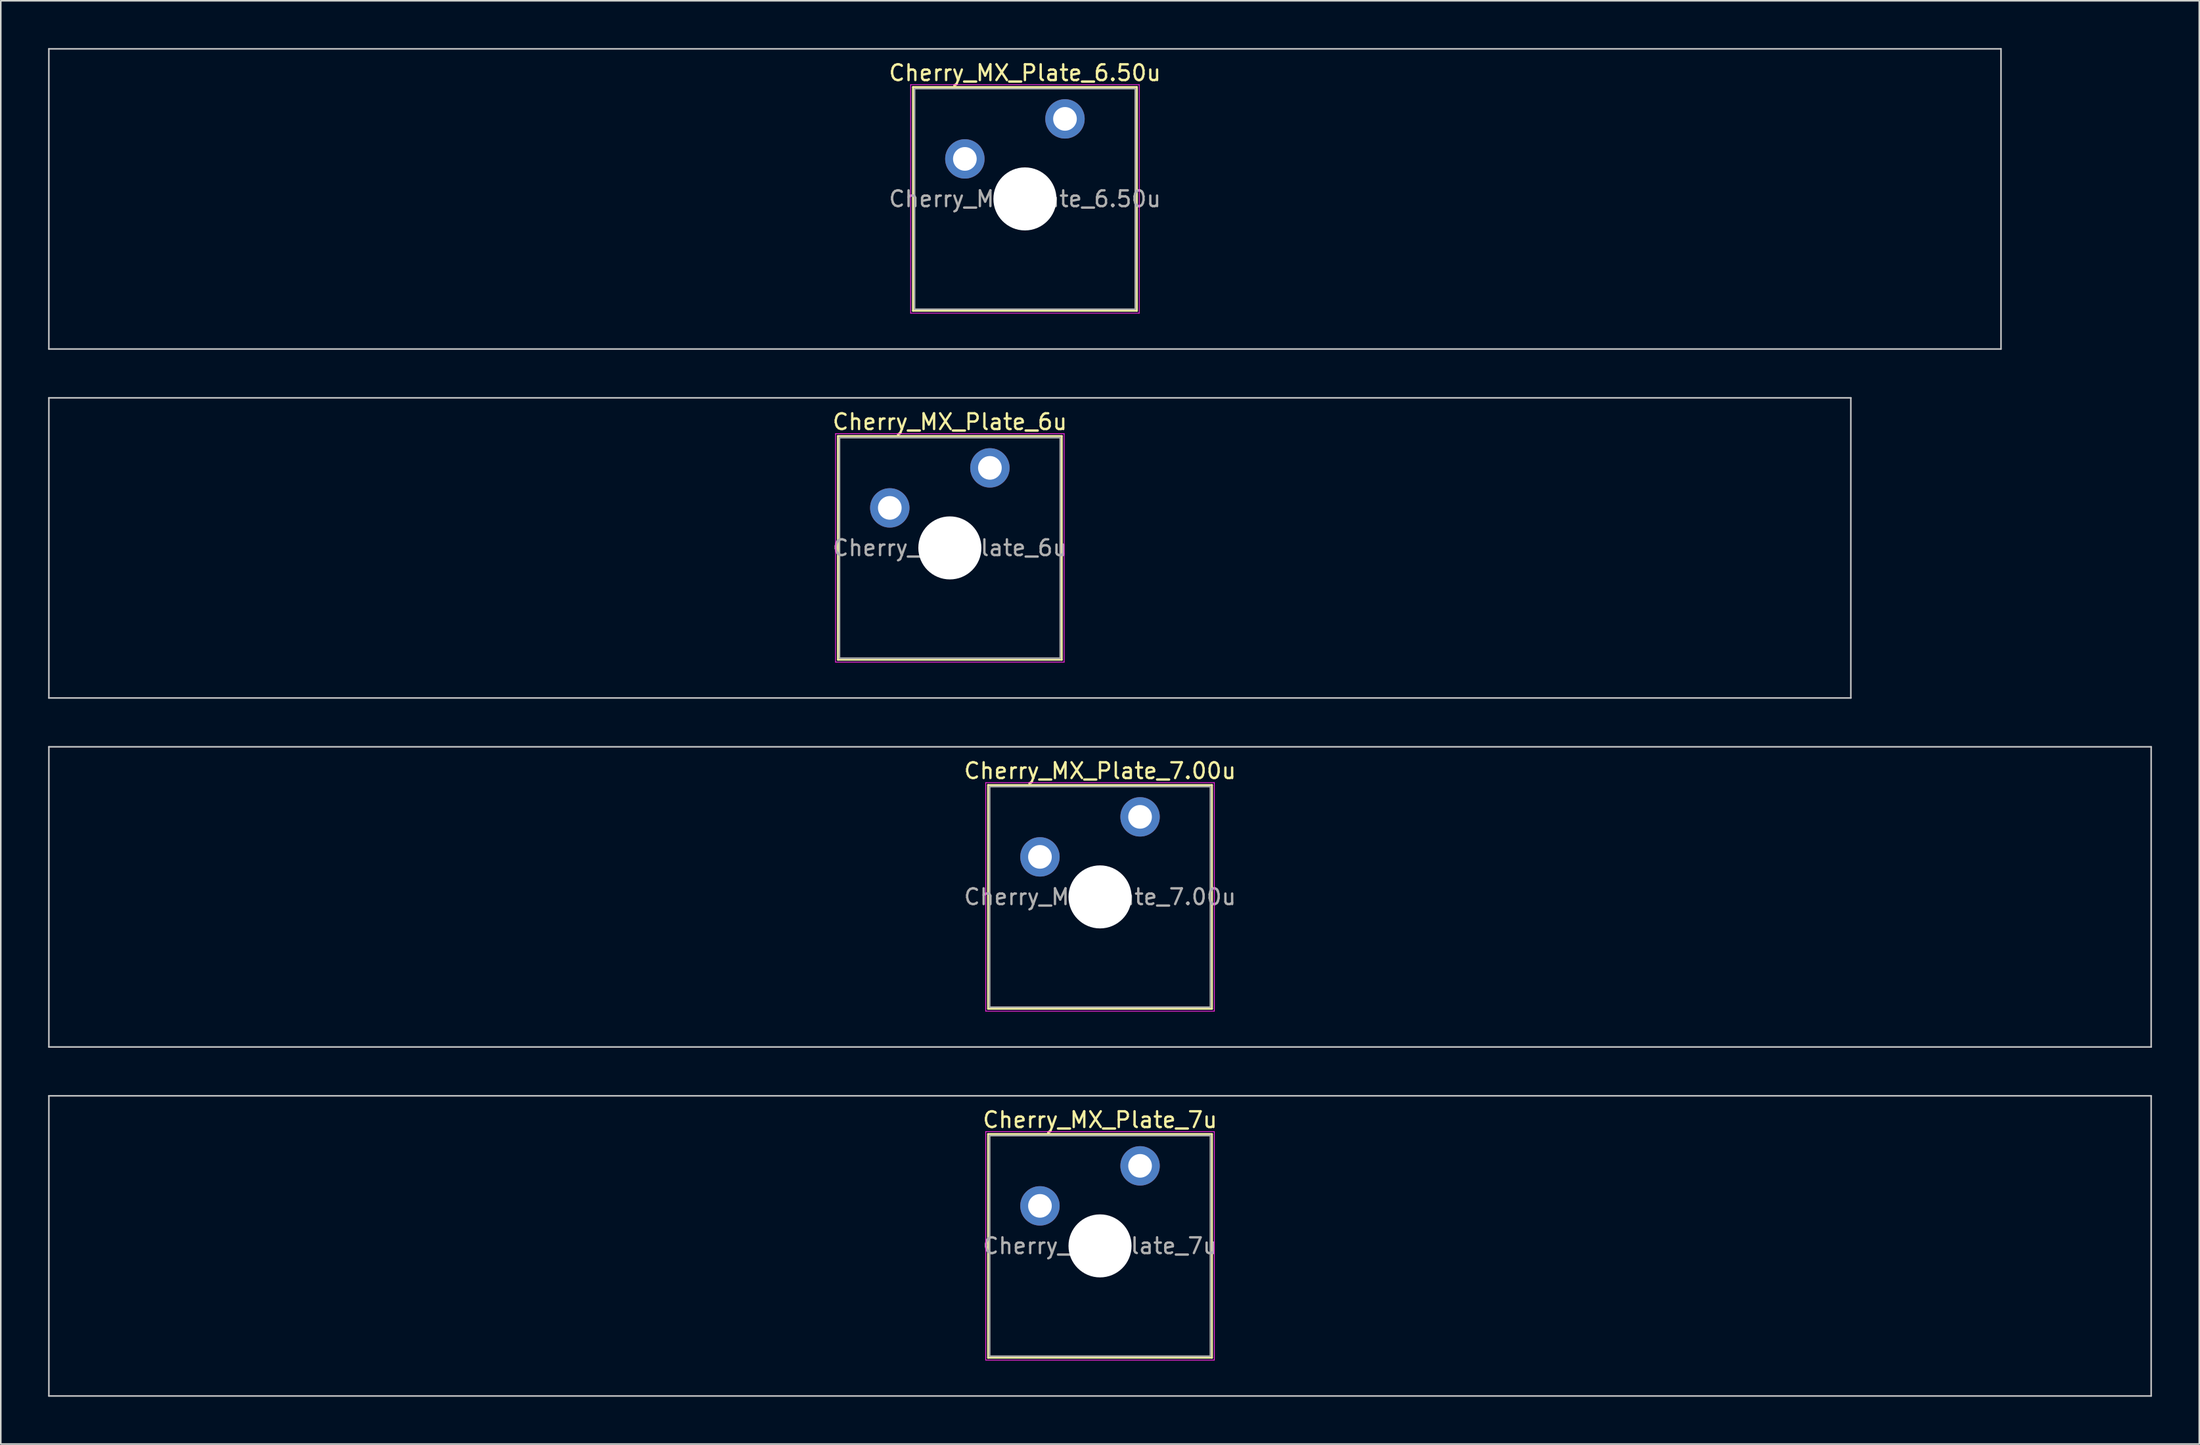
<source format=kicad_pcb>
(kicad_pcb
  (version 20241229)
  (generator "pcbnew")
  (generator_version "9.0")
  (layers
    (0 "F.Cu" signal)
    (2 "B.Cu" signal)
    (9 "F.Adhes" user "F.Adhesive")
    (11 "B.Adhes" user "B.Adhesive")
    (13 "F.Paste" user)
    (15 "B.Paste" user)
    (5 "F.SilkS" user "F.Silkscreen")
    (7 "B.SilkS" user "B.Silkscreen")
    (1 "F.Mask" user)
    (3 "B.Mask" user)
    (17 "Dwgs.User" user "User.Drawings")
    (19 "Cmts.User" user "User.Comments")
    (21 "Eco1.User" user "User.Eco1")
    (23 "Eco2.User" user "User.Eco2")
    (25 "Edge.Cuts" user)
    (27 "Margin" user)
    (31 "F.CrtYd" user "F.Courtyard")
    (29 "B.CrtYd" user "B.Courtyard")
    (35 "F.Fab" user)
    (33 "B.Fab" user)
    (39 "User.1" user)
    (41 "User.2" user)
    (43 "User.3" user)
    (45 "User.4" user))
  (footprint "Cherry_MX_Plate_6u"
    (layer "F.Cu")
    (at 57.2 31.725)
    (property "Reference" "Cherry_MX_Plate_6u" (at 0 -8 0) (layer "F.SilkS") (effects (font (size 1 1) (thickness 0.15))))
    (attr through_hole)
    (fp_line (start -7.1 -7.1) (end -7.1 7.1) (stroke (width 0.12) (type solid)) (layer "F.SilkS"))
    (fp_line (start -7.1 7.1) (end 7.1 7.1) (stroke (width 0.12) (type solid)) (layer "F.SilkS"))
    (fp_line (start 7.1 -7.1) (end -7.1 -7.1) (stroke (width 0.12) (type solid)) (layer "F.SilkS"))
    (fp_line (start 7.1 7.1) (end 7.1 -7.1) (stroke (width 0.12) (type solid)) (layer "F.SilkS"))
    (fp_line (start -57.15 -9.525) (end -57.15 9.525) (stroke (width 0.1) (type solid)) (layer "Dwgs.User"))
    (fp_line (start -57.15 9.525) (end 57.15 9.525) (stroke (width 0.1) (type solid)) (layer "Dwgs.User"))
    (fp_line (start 57.15 -9.525) (end -57.15 -9.525) (stroke (width 0.1) (type solid)) (layer "Dwgs.User"))
    (fp_line (start 57.15 9.525) (end 57.15 -9.525) (stroke (width 0.1) (type solid)) (layer "Dwgs.User"))
    (fp_line (start -7 -7) (end -7 7) (stroke (width 0.1) (type solid)) (layer "Eco1.User"))
    (fp_line (start -7 7) (end 7 7) (stroke (width 0.1) (type solid)) (layer "Eco1.User"))
    (fp_line (start 7 -7) (end -7 -7) (stroke (width 0.1) (type solid)) (layer "Eco1.User"))
    (fp_line (start 7 7) (end 7 -7) (stroke (width 0.1) (type solid)) (layer "Eco1.User"))
    (fp_line (start -7.25 -7.25) (end -7.25 7.25) (stroke (width 0.05) (type solid)) (layer "F.CrtYd"))
    (fp_line (start -7.25 7.25) (end 7.25 7.25) (stroke (width 0.05) (type solid)) (layer "F.CrtYd"))
    (fp_line (start 7.25 -7.25) (end -7.25 -7.25) (stroke (width 0.05) (type solid)) (layer "F.CrtYd"))
    (fp_line (start 7.25 7.25) (end 7.25 -7.25) (stroke (width 0.05) (type solid)) (layer "F.CrtYd"))
    (fp_line (start -7 -7) (end -7 7) (stroke (width 0.1) (type solid)) (layer "F.Fab"))
    (fp_line (start -7 7) (end 7 7) (stroke (width 0.1) (type solid)) (layer "F.Fab"))
    (fp_line (start 7 -7) (end -7 -7) (stroke (width 0.1) (type solid)) (layer "F.Fab"))
    (fp_line (start 7 7) (end 7 -7) (stroke (width 0.1) (type solid)) (layer "F.Fab"))
    (fp_text user "${REFERENCE}" (at 0 0 0) (layer "F.Fab") (effects (font (size 1 1) (thickness 0.15))))
    (pad "" np_thru_hole circle (at 0 0) (size 4 4) (drill 4) (layers "*.Cu" "*.Mask"))
    (pad "1" thru_hole circle (at -3.81 -2.54) (size 2.5 2.5) (drill 1.5) (layers "*.Cu" "*.Mask"))
    (pad "2" thru_hole circle (at 2.54 -5.08) (size 2.5 2.5) (drill 1.5) (layers "*.Cu" "*.Mask")))
  (footprint "Cherry_MX_Plate_6.50u"
    (layer "F.Cu")
    (at 61.962 9.575)
    (property "Reference" "Cherry_MX_Plate_6.50u" (at 0 -8 0) (layer "F.SilkS") (effects (font (size 1 1) (thickness 0.15))))
    (attr through_hole)
    (fp_line (start -7.1 -7.1) (end -7.1 7.1) (stroke (width 0.12) (type solid)) (layer "F.SilkS"))
    (fp_line (start -7.1 7.1) (end 7.1 7.1) (stroke (width 0.12) (type solid)) (layer "F.SilkS"))
    (fp_line (start 7.1 -7.1) (end -7.1 -7.1) (stroke (width 0.12) (type solid)) (layer "F.SilkS"))
    (fp_line (start 7.1 7.1) (end 7.1 -7.1) (stroke (width 0.12) (type solid)) (layer "F.SilkS"))
    (fp_line (start -61.913 -9.525) (end -61.913 9.525) (stroke (width 0.1) (type solid)) (layer "Dwgs.User"))
    (fp_line (start -61.913 9.525) (end 61.913 9.525) (stroke (width 0.1) (type solid)) (layer "Dwgs.User"))
    (fp_line (start 61.913 -9.525) (end -61.913 -9.525) (stroke (width 0.1) (type solid)) (layer "Dwgs.User"))
    (fp_line (start 61.913 9.525) (end 61.913 -9.525) (stroke (width 0.1) (type solid)) (layer "Dwgs.User"))
    (fp_line (start -7 -7) (end -7 7) (stroke (width 0.1) (type solid)) (layer "Eco1.User"))
    (fp_line (start -7 7) (end 7 7) (stroke (width 0.1) (type solid)) (layer "Eco1.User"))
    (fp_line (start 7 -7) (end -7 -7) (stroke (width 0.1) (type solid)) (layer "Eco1.User"))
    (fp_line (start 7 7) (end 7 -7) (stroke (width 0.1) (type solid)) (layer "Eco1.User"))
    (fp_line (start -7.25 -7.25) (end -7.25 7.25) (stroke (width 0.05) (type solid)) (layer "F.CrtYd"))
    (fp_line (start -7.25 7.25) (end 7.25 7.25) (stroke (width 0.05) (type solid)) (layer "F.CrtYd"))
    (fp_line (start 7.25 -7.25) (end -7.25 -7.25) (stroke (width 0.05) (type solid)) (layer "F.CrtYd"))
    (fp_line (start 7.25 7.25) (end 7.25 -7.25) (stroke (width 0.05) (type solid)) (layer "F.CrtYd"))
    (fp_line (start -7 -7) (end -7 7) (stroke (width 0.1) (type solid)) (layer "F.Fab"))
    (fp_line (start -7 7) (end 7 7) (stroke (width 0.1) (type solid)) (layer "F.Fab"))
    (fp_line (start 7 -7) (end -7 -7) (stroke (width 0.1) (type solid)) (layer "F.Fab"))
    (fp_line (start 7 7) (end 7 -7) (stroke (width 0.1) (type solid)) (layer "F.Fab"))
    (fp_text user "${REFERENCE}" (at 0 0 0) (layer "F.Fab") (effects (font (size 1 1) (thickness 0.15))))
    (pad "" np_thru_hole circle (at 0 0) (size 4 4) (drill 4) (layers "*.Cu" "*.Mask"))
    (pad "1" thru_hole circle (at -3.81 -2.54) (size 2.5 2.5) (drill 1.5) (layers "*.Cu" "*.Mask"))
    (pad "2" thru_hole circle (at 2.54 -5.08) (size 2.5 2.5) (drill 1.5) (layers "*.Cu" "*.Mask")))
  (footprint "Cherry_MX_Plate_7u"
    (layer "F.Cu")
    (at 66.725 76.025)
    (property "Reference" "Cherry_MX_Plate_7u" (at 0 -8 0) (layer "F.SilkS") (effects (font (size 1 1) (thickness 0.15))))
    (attr through_hole)
    (fp_line (start -7.1 -7.1) (end -7.1 7.1) (stroke (width 0.12) (type solid)) (layer "F.SilkS"))
    (fp_line (start -7.1 7.1) (end 7.1 7.1) (stroke (width 0.12) (type solid)) (layer "F.SilkS"))
    (fp_line (start 7.1 -7.1) (end -7.1 -7.1) (stroke (width 0.12) (type solid)) (layer "F.SilkS"))
    (fp_line (start 7.1 7.1) (end 7.1 -7.1) (stroke (width 0.12) (type solid)) (layer "F.SilkS"))
    (fp_line (start -66.675 -9.525) (end -66.675 9.525) (stroke (width 0.1) (type solid)) (layer "Dwgs.User"))
    (fp_line (start -66.675 9.525) (end 66.675 9.525) (stroke (width 0.1) (type solid)) (layer "Dwgs.User"))
    (fp_line (start 66.675 -9.525) (end -66.675 -9.525) (stroke (width 0.1) (type solid)) (layer "Dwgs.User"))
    (fp_line (start 66.675 9.525) (end 66.675 -9.525) (stroke (width 0.1) (type solid)) (layer "Dwgs.User"))
    (fp_line (start -7 -7) (end -7 7) (stroke (width 0.1) (type solid)) (layer "Eco1.User"))
    (fp_line (start -7 7) (end 7 7) (stroke (width 0.1) (type solid)) (layer "Eco1.User"))
    (fp_line (start 7 -7) (end -7 -7) (stroke (width 0.1) (type solid)) (layer "Eco1.User"))
    (fp_line (start 7 7) (end 7 -7) (stroke (width 0.1) (type solid)) (layer "Eco1.User"))
    (fp_line (start -7.25 -7.25) (end -7.25 7.25) (stroke (width 0.05) (type solid)) (layer "F.CrtYd"))
    (fp_line (start -7.25 7.25) (end 7.25 7.25) (stroke (width 0.05) (type solid)) (layer "F.CrtYd"))
    (fp_line (start 7.25 -7.25) (end -7.25 -7.25) (stroke (width 0.05) (type solid)) (layer "F.CrtYd"))
    (fp_line (start 7.25 7.25) (end 7.25 -7.25) (stroke (width 0.05) (type solid)) (layer "F.CrtYd"))
    (fp_line (start -7 -7) (end -7 7) (stroke (width 0.1) (type solid)) (layer "F.Fab"))
    (fp_line (start -7 7) (end 7 7) (stroke (width 0.1) (type solid)) (layer "F.Fab"))
    (fp_line (start 7 -7) (end -7 -7) (stroke (width 0.1) (type solid)) (layer "F.Fab"))
    (fp_line (start 7 7) (end 7 -7) (stroke (width 0.1) (type solid)) (layer "F.Fab"))
    (fp_text user "${REFERENCE}" (at 0 0 0) (layer "F.Fab") (effects (font (size 1 1) (thickness 0.15))))
    (pad "" np_thru_hole circle (at 0 0) (size 4 4) (drill 4) (layers "*.Cu" "*.Mask"))
    (pad "1" thru_hole circle (at -3.81 -2.54) (size 2.5 2.5) (drill 1.5) (layers "*.Cu" "*.Mask"))
    (pad "2" thru_hole circle (at 2.54 -5.08) (size 2.5 2.5) (drill 1.5) (layers "*.Cu" "*.Mask")))
  (footprint "Cherry_MX_Plate_7.00u"
    (layer "F.Cu")
    (at 66.725 53.875)
    (property "Reference" "Cherry_MX_Plate_7.00u" (at 0 -8 0) (layer "F.SilkS") (effects (font (size 1 1) (thickness 0.15))))
    (attr through_hole)
    (fp_line (start -7.1 -7.1) (end -7.1 7.1) (stroke (width 0.12) (type solid)) (layer "F.SilkS"))
    (fp_line (start -7.1 7.1) (end 7.1 7.1) (stroke (width 0.12) (type solid)) (layer "F.SilkS"))
    (fp_line (start 7.1 -7.1) (end -7.1 -7.1) (stroke (width 0.12) (type solid)) (layer "F.SilkS"))
    (fp_line (start 7.1 7.1) (end 7.1 -7.1) (stroke (width 0.12) (type solid)) (layer "F.SilkS"))
    (fp_line (start -66.675 -9.525) (end -66.675 9.525) (stroke (width 0.1) (type solid)) (layer "Dwgs.User"))
    (fp_line (start -66.675 9.525) (end 66.675 9.525) (stroke (width 0.1) (type solid)) (layer "Dwgs.User"))
    (fp_line (start 66.675 -9.525) (end -66.675 -9.525) (stroke (width 0.1) (type solid)) (layer "Dwgs.User"))
    (fp_line (start 66.675 9.525) (end 66.675 -9.525) (stroke (width 0.1) (type solid)) (layer "Dwgs.User"))
    (fp_line (start -7 -7) (end -7 7) (stroke (width 0.1) (type solid)) (layer "Eco1.User"))
    (fp_line (start -7 7) (end 7 7) (stroke (width 0.1) (type solid)) (layer "Eco1.User"))
    (fp_line (start 7 -7) (end -7 -7) (stroke (width 0.1) (type solid)) (layer "Eco1.User"))
    (fp_line (start 7 7) (end 7 -7) (stroke (width 0.1) (type solid)) (layer "Eco1.User"))
    (fp_line (start -7.25 -7.25) (end -7.25 7.25) (stroke (width 0.05) (type solid)) (layer "F.CrtYd"))
    (fp_line (start -7.25 7.25) (end 7.25 7.25) (stroke (width 0.05) (type solid)) (layer "F.CrtYd"))
    (fp_line (start 7.25 -7.25) (end -7.25 -7.25) (stroke (width 0.05) (type solid)) (layer "F.CrtYd"))
    (fp_line (start 7.25 7.25) (end 7.25 -7.25) (stroke (width 0.05) (type solid)) (layer "F.CrtYd"))
    (fp_line (start -7 -7) (end -7 7) (stroke (width 0.1) (type solid)) (layer "F.Fab"))
    (fp_line (start -7 7) (end 7 7) (stroke (width 0.1) (type solid)) (layer "F.Fab"))
    (fp_line (start 7 -7) (end -7 -7) (stroke (width 0.1) (type solid)) (layer "F.Fab"))
    (fp_line (start 7 7) (end 7 -7) (stroke (width 0.1) (type solid)) (layer "F.Fab"))
    (fp_text user "${REFERENCE}" (at 0 0 0) (layer "F.Fab") (effects (font (size 1 1) (thickness 0.15))))
    (pad "" np_thru_hole circle (at 0 0) (size 4 4) (drill 4) (layers "*.Cu" "*.Mask"))
    (pad "1" thru_hole circle (at -3.81 -2.54) (size 2.5 2.5) (drill 1.5) (layers "*.Cu" "*.Mask"))
    (pad "2" thru_hole circle (at 2.54 -5.08) (size 2.5 2.5) (drill 1.5) (layers "*.Cu" "*.Mask")))
  (gr_rect
    (start -3 -3)
    (end 136.45 88.6)
    (stroke (width 0.1) (type default))
    (fill no)
    (layer "Edge.Cuts")))
</source>
